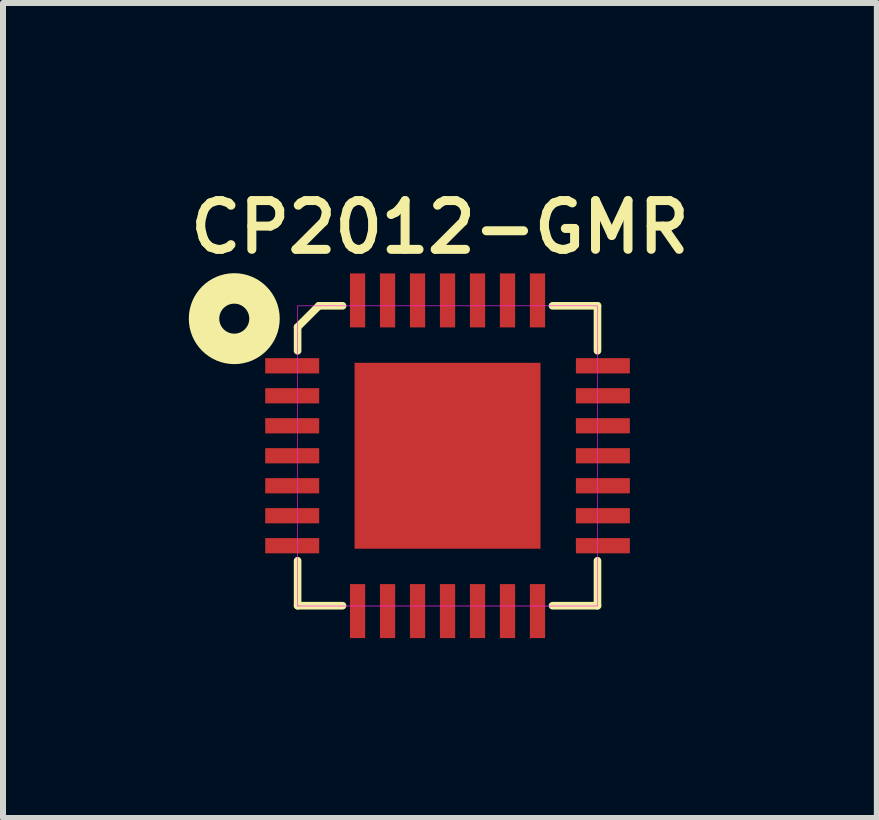
<source format=kicad_pcb>
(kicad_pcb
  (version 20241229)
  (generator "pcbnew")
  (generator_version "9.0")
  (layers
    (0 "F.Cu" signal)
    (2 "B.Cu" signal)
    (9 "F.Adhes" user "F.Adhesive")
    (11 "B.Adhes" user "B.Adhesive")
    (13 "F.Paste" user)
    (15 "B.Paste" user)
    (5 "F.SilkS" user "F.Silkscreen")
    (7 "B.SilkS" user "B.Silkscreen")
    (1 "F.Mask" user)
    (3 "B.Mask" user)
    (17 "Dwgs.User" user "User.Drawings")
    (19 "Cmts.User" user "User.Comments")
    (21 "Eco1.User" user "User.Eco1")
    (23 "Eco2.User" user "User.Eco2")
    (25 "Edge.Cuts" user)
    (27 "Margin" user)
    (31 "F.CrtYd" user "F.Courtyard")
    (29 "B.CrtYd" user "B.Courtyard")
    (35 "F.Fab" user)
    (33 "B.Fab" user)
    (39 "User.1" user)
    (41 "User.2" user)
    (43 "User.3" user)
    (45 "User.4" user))
  (footprint "CP2012-GMR"
    (layer "F.Cu")
    (at 4.412 4.549)
    (property "Reference" "CP2012-GMR" (at -0.127 -3.81 0) (layer "F.SilkS") (effects (font (size 0.813 0.813) (thickness 0.15))))
    (attr through_hole)
    (fp_line (start -2.5 -2.146) (end -2.5 -1.75) (stroke (width 0.127) (type solid)) (layer "F.SilkS"))
    (fp_line (start -2.5 1.75) (end -2.5 2.5) (stroke (width 0.127) (type solid)) (layer "F.SilkS"))
    (fp_line (start -2.5 2.5) (end -1.75 2.5) (stroke (width 0.127) (type solid)) (layer "F.SilkS"))
    (fp_line (start -2.146 -2.5) (end -2.5 -2.146) (stroke (width 0.127) (type solid)) (layer "F.SilkS"))
    (fp_line (start -1.75 -2.5) (end -2.146 -2.5) (stroke (width 0.127) (type solid)) (layer "F.SilkS"))
    (fp_line (start 1.75 -2.5) (end 2.5 -2.5) (stroke (width 0.127) (type solid)) (layer "F.SilkS"))
    (fp_line (start 1.75 2.5) (end 2.5 2.5) (stroke (width 0.127) (type solid)) (layer "F.SilkS"))
    (fp_line (start 2.5 -2.5) (end 2.5 -1.75) (stroke (width 0.127) (type solid)) (layer "F.SilkS"))
    (fp_line (start 2.5 2.5) (end 2.5 1.75) (stroke (width 0.127) (type solid)) (layer "F.SilkS"))
    (fp_circle (center -3.556 -2.286) (end -3.306 -2.286) (stroke (width 0.508) (type solid)) (fill no) (layer "F.SilkS"))
    (fp_poly (pts (xy -1.503 0.25) (xy -0.25 0.25) (xy -0.25 1.503) (xy -1.503 1.503)) (stroke (width 0.01) (type solid)) (fill yes) (layer "F.Paste"))
    (fp_poly (pts (xy -1.502 -1.5) (xy -0.25 -1.5) (xy -0.25 -0.25) (xy -1.502 -0.25)) (stroke (width 0.01) (type solid)) (fill yes) (layer "F.Paste"))
    (fp_poly (pts (xy 0.25 -1.5) (xy 1.5 -1.5) (xy 1.5 -0.25) (xy 0.25 -0.25)) (stroke (width 0.01) (type solid)) (fill yes) (layer "F.Paste"))
    (fp_poly (pts (xy 0.25 0.25) (xy 1.5 0.25) (xy 1.5 1.503) (xy 0.25 1.503)) (stroke (width 0.01) (type solid)) (fill yes) (layer "F.Paste"))
    (fp_poly (pts (xy -2.505 -2.5) (xy 2.5 -2.5) (xy 2.5 2.505) (xy -2.505 2.505)) (stroke (width 0.01) (type solid)) (fill no) (layer "F.CrtYd"))
    (pad "1" smd rect (at -2.59 -1.5) (size 0.9 0.254) (layers "F.Cu" "F.Mask" "F.Paste"))
    (pad "2" smd rect (at -2.59 -1) (size 0.9 0.254) (layers "F.Cu" "F.Mask" "F.Paste"))
    (pad "3" smd rect (at -2.59 -0.5) (size 0.9 0.254) (layers "F.Cu" "F.Mask" "F.Paste"))
    (pad "4" smd rect (at -2.59 0) (size 0.9 0.254) (layers "F.Cu" "F.Mask" "F.Paste"))
    (pad "5" smd rect (at -2.59 0.5) (size 0.9 0.254) (layers "F.Cu" "F.Mask" "F.Paste"))
    (pad "6" smd rect (at -2.59 1) (size 0.9 0.254) (layers "F.Cu" "F.Mask" "F.Paste"))
    (pad "7" smd rect (at -2.59 1.5) (size 0.9 0.254) (layers "F.Cu" "F.Mask" "F.Paste"))
    (pad "8" smd rect (at -1.5 2.59) (size 0.254 0.9) (layers "F.Cu" "F.Mask" "F.Paste"))
    (pad "9" smd rect (at -1 2.59) (size 0.254 0.9) (layers "F.Cu" "F.Mask" "F.Paste"))
    (pad "10" smd rect (at -0.5 2.59) (size 0.254 0.9) (layers "F.Cu" "F.Mask" "F.Paste"))
    (pad "11" smd rect (at 0 2.59) (size 0.254 0.9) (layers "F.Cu" "F.Mask" "F.Paste"))
    (pad "12" smd rect (at 0.5 2.59) (size 0.254 0.9) (layers "F.Cu" "F.Mask" "F.Paste"))
    (pad "13" smd rect (at 1 2.59) (size 0.254 0.9) (layers "F.Cu" "F.Mask" "F.Paste"))
    (pad "14" smd rect (at 1.5 2.59) (size 0.254 0.9) (layers "F.Cu" "F.Mask" "F.Paste"))
    (pad "15" smd rect (at 2.59 1.5) (size 0.9 0.254) (layers "F.Cu" "F.Mask" "F.Paste"))
    (pad "16" smd rect (at 2.59 1) (size 0.9 0.254) (layers "F.Cu" "F.Mask" "F.Paste"))
    (pad "17" smd rect (at 2.59 0.5) (size 0.9 0.254) (layers "F.Cu" "F.Mask" "F.Paste"))
    (pad "18" smd rect (at 2.59 0) (size 0.9 0.254) (layers "F.Cu" "F.Mask" "F.Paste"))
    (pad "19" smd rect (at 2.59 -0.5) (size 0.9 0.254) (layers "F.Cu" "F.Mask" "F.Paste"))
    (pad "20" smd rect (at 2.59 -1) (size 0.9 0.254) (layers "F.Cu" "F.Mask" "F.Paste"))
    (pad "21" smd rect (at 2.59 -1.5) (size 0.9 0.254) (layers "F.Cu" "F.Mask" "F.Paste"))
    (pad "22" smd rect (at 1.5 -2.59) (size 0.254 0.9) (layers "F.Cu" "F.Mask" "F.Paste"))
    (pad "23" smd rect (at 1 -2.59) (size 0.254 0.9) (layers "F.Cu" "F.Mask" "F.Paste"))
    (pad "24" smd rect (at 0.5 -2.59) (size 0.254 0.9) (layers "F.Cu" "F.Mask" "F.Paste"))
    (pad "25" smd rect (at 0 -2.59) (size 0.254 0.9) (layers "F.Cu" "F.Mask" "F.Paste"))
    (pad "26" smd rect (at -0.5 -2.59) (size 0.254 0.9) (layers "F.Cu" "F.Mask" "F.Paste"))
    (pad "27" smd rect (at -1 -2.59) (size 0.254 0.9) (layers "F.Cu" "F.Mask" "F.Paste"))
    (pad "28" smd rect (at -1.5 -2.59) (size 0.254 0.9) (layers "F.Cu" "F.Mask" "F.Paste"))
    (pad "29" smd rect (at 0 0) (size 3.1 3.1) (layers "F.Cu" "F.Mask")))
  (gr_rect
    (start -3 -3)
    (end 11.57 10.589)
    (stroke (width 0.1) (type default))
    (fill no)
    (layer "Edge.Cuts")))
</source>
